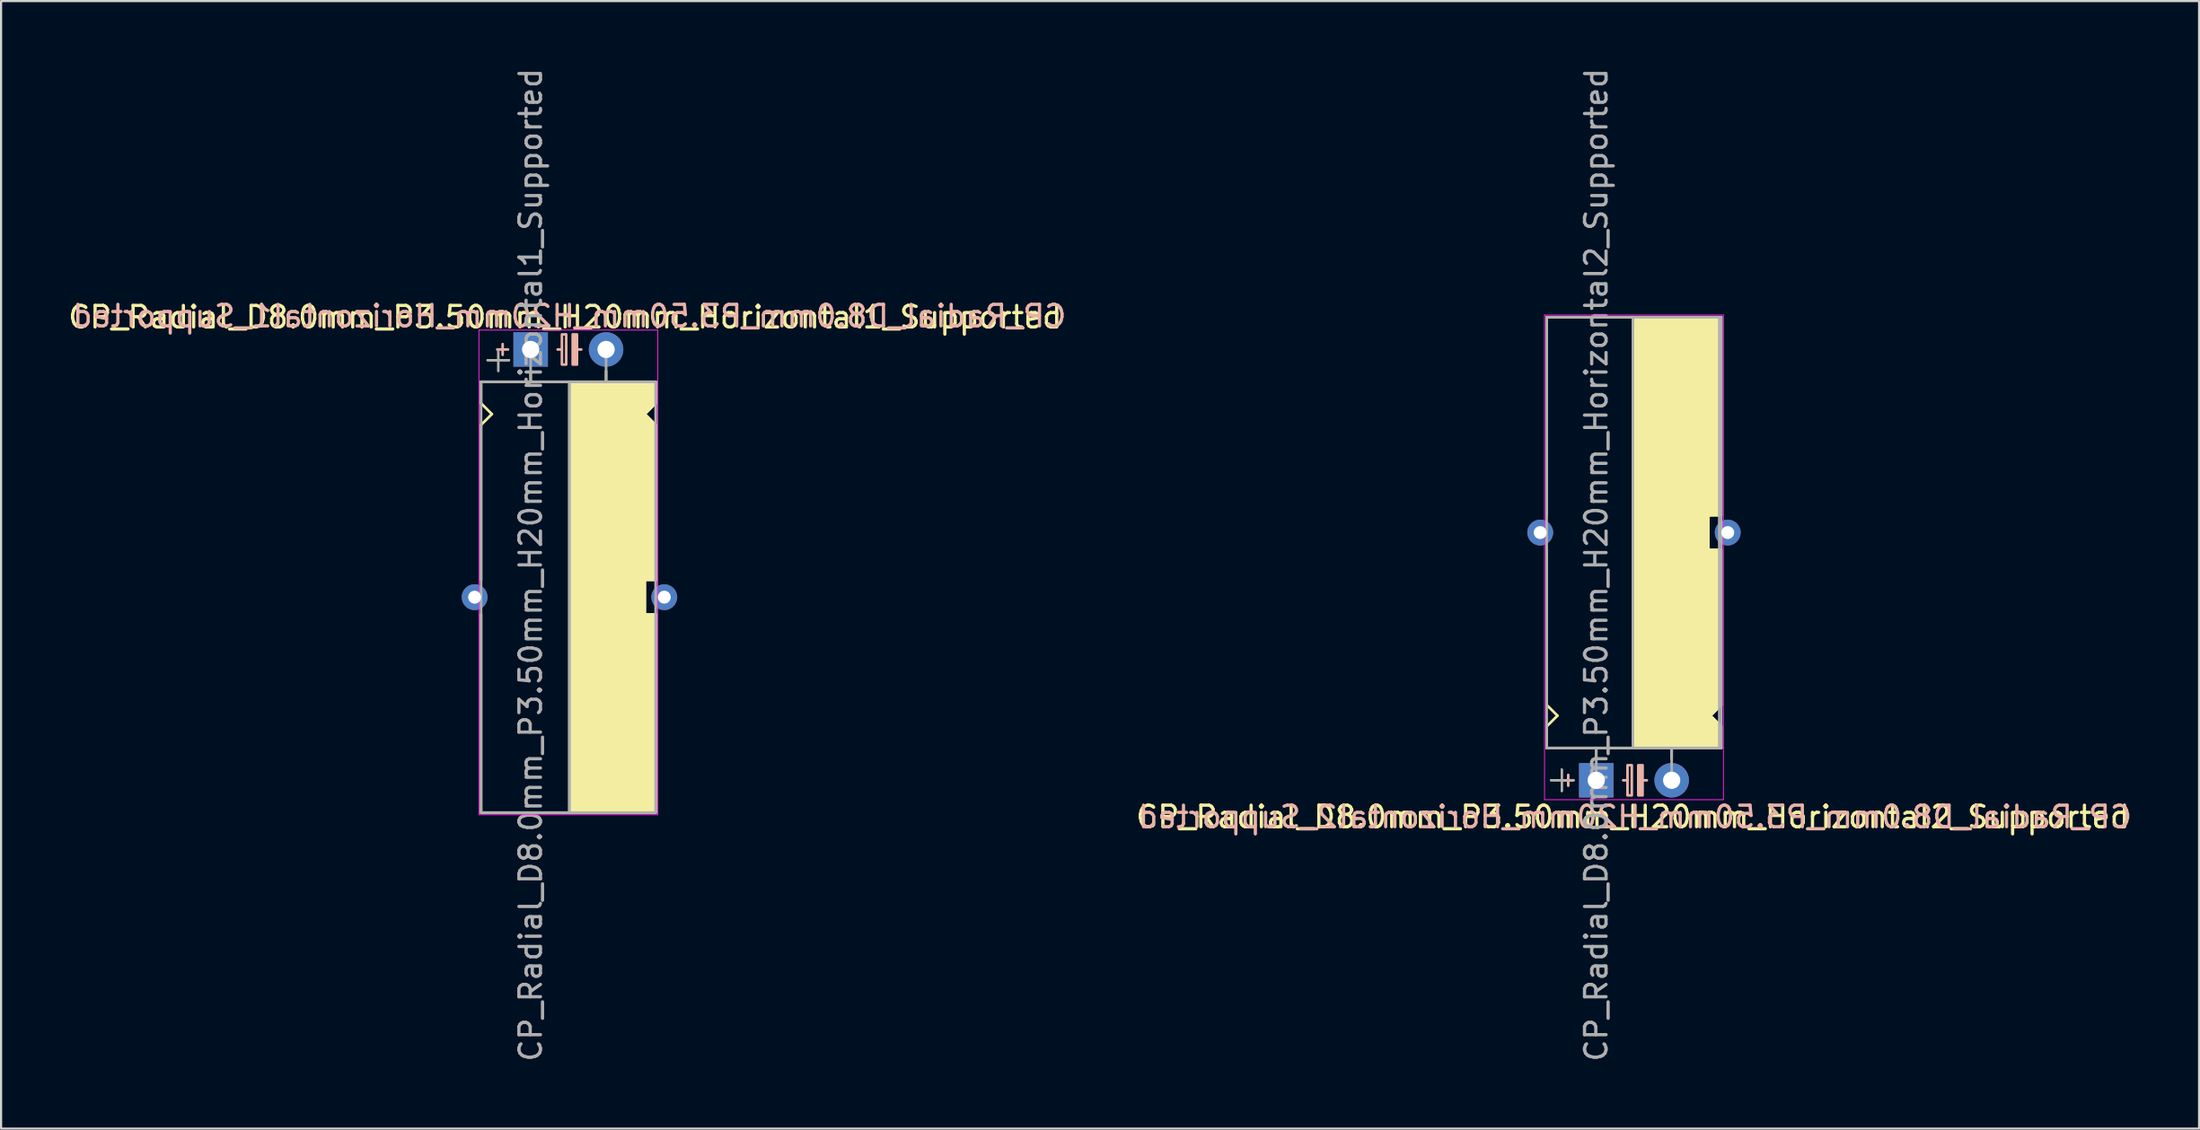
<source format=kicad_pcb>
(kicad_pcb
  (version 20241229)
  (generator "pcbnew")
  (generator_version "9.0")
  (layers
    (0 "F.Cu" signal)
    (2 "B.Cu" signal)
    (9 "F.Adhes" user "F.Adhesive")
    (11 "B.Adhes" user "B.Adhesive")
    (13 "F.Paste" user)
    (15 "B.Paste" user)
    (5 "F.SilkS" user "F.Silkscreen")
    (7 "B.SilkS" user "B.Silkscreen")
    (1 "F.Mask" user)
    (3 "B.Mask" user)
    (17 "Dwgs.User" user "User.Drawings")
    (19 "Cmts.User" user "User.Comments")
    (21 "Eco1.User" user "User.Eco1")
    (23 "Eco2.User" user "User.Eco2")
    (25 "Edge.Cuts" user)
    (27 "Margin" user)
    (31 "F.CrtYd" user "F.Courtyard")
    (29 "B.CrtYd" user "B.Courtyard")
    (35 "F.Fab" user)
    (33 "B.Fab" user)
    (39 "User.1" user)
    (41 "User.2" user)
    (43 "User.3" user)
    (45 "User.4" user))
  (footprint "CP_Radial_D8.0mm_P3.50mm_H20mm_Horizontal2_Supported"
    (layer "F.Cu")
    (at 71.018 33.173)
    (property "Reference" "CP_Radial_D8.0mm_P3.50mm_H20mm_Horizontal2_Supported" (at 1.7 1.7 0) (layer "F.SilkS") (effects (font (size 1 1) (thickness 0.15))))
    (fp_line (start -2.3 -21.5) (end -2.3 -12.3) (stroke (width 0.12) (type solid)) (layer "F.SilkS"))
    (fp_line (start -2.3 -21.5) (end -2.2 -21.5) (stroke (width 0.12) (type solid)) (layer "F.SilkS"))
    (fp_line (start -2.3 -3.5) (end -2.3 -10.7) (stroke (width 0.12) (type solid)) (layer "F.SilkS"))
    (fp_line (start -2.3 -3.5) (end -1.8 -3) (stroke (width 0.12) (type solid)) (layer "F.SilkS"))
    (fp_line (start -2.3 -2.5) (end -2.3 -1.5) (stroke (width 0.12) (type solid)) (layer "F.SilkS"))
    (fp_line (start -2.1 0) (end -1.1 0) (stroke (width 0.1) (type solid)) (layer "F.SilkS"))
    (fp_line (start -1.8 -3) (end -2.3 -2.5) (stroke (width 0.12) (type solid)) (layer "F.SilkS"))
    (fp_line (start -1.6 0.5) (end -1.6 -0.5) (stroke (width 0.1) (type solid)) (layer "F.SilkS"))
    (fp_line (start 0 -1) (end 0 -1.5) (stroke (width 0.12) (type solid)) (layer "F.SilkS"))
    (fp_line (start 1.7 -21.5) (end 1.7 -1.5) (stroke (width 0.12) (type solid)) (layer "F.SilkS"))
    (fp_line (start 3.5 -1) (end 3.5 -1.5) (stroke (width 0.12) (type solid)) (layer "F.SilkS"))
    (fp_line (start 5.2 -12.3) (end 5.2 -10.7) (stroke (width 0.12) (type solid)) (layer "F.SilkS"))
    (fp_line (start 5.2 -10.7) (end 5.8 -10.7) (stroke (width 0.12) (type solid)) (layer "F.SilkS"))
    (fp_line (start 5.3 -12.3) (end 5.2 -12.3) (stroke (width 0.12) (type solid)) (layer "F.SilkS"))
    (fp_line (start 5.3 -3) (end 5.8 -2.5) (stroke (width 0.12) (type solid)) (layer "F.SilkS"))
    (fp_line (start 5.8 -21.5) (end -2.2 -21.5) (stroke (width 0.12) (type solid)) (layer "F.SilkS"))
    (fp_line (start 5.8 -21.5) (end 5.8 -12.3) (stroke (width 0.12) (type solid)) (layer "F.SilkS"))
    (fp_line (start 5.8 -12.3) (end 5.3 -12.3) (stroke (width 0.12) (type solid)) (layer "F.SilkS"))
    (fp_line (start 5.8 -3.5) (end 5.3 -3) (stroke (width 0.12) (type solid)) (layer "F.SilkS"))
    (fp_line (start 5.8 -3.5) (end 5.8 -10.7) (stroke (width 0.12) (type solid)) (layer "F.SilkS"))
    (fp_line (start 5.8 -2.5) (end 5.8 -1.5) (stroke (width 0.12) (type solid)) (layer "F.SilkS"))
    (fp_line (start 5.8 -1.5) (end -2.3 -1.5) (stroke (width 0.12) (type solid)) (layer "F.SilkS"))
    (fp_poly (pts (xy 5.8 -12.3) (xy 5.2 -12.3) (xy 5.2 -10.7) (xy 5.8 -10.7) (xy 5.8 -3.5) (xy 5.3 -3) (xy 5.8 -2.5) (xy 5.8 -1.5) (xy 1.7 -1.5) (xy 1.7 -21.5) (xy 5.8 -21.5)) (stroke (width 0.1) (type solid)) (fill yes) (layer "F.SilkS"))
    (fp_line (start -1.3 -0.25) (end -1.3 0.25) (stroke (width 0.12) (type solid)) (layer "B.SilkS"))
    (fp_line (start -1.05 0) (end -1.55 0) (stroke (width 0.12) (type solid)) (layer "B.SilkS"))
    (fp_line (start 1.45 0) (end 1.25 0) (stroke (width 0.12) (type solid)) (layer "B.SilkS"))
    (fp_line (start 2.15 0) (end 2.35 0) (stroke (width 0.12) (type solid)) (layer "B.SilkS"))
    (fp_rect (start 1.65 -0.7) (end 1.45 0.7) (stroke (width 0.12) (type solid)) (fill no) (layer "B.SilkS"))
    (fp_rect (start 2.15 -0.7) (end 1.95 0.7) (stroke (width 0.12) (type solid)) (fill yes) (layer "B.SilkS"))
    (fp_line (start -2.4 -21.6) (end 5.9 -21.6) (stroke (width 0.04) (type solid)) (layer "F.CrtYd"))
    (fp_line (start -2.4 0.9) (end -2.4 -21.6) (stroke (width 0.04) (type solid)) (layer "F.CrtYd"))
    (fp_line (start -2.4 0.9) (end 5.9 0.9) (stroke (width 0.04) (type solid)) (layer "F.CrtYd"))
    (fp_line (start 5.9 -21.6) (end 5.9 -1.5) (stroke (width 0.04) (type solid)) (layer "F.CrtYd"))
    (fp_line (start 5.9 -1.5) (end 5.9 0.9) (stroke (width 0.04) (type solid)) (layer "F.CrtYd"))
    (fp_line (start -2.3 -21.5) (end 5.8 -21.5) (stroke (width 0.12) (type solid)) (layer "F.Fab"))
    (fp_line (start -2.3 -1.5) (end -2.3 -21.5) (stroke (width 0.12) (type solid)) (layer "F.Fab"))
    (fp_line (start -2.1 0) (end -1.1 0) (stroke (width 0.1) (type solid)) (layer "F.Fab"))
    (fp_line (start -1.6 0.5) (end -1.6 -0.5) (stroke (width 0.1) (type solid)) (layer "F.Fab"))
    (fp_line (start 0 -1.5) (end 0 0) (stroke (width 0.12) (type solid)) (layer "F.Fab"))
    (fp_line (start 1.7 -1.5) (end 1.7 -21.5) (stroke (width 0.12) (type solid)) (layer "F.Fab"))
    (fp_line (start 3.5 -1.5) (end 3.5 0) (stroke (width 0.12) (type solid)) (layer "F.Fab"))
    (fp_line (start 5.8 -21.5) (end 5.8 -1.5) (stroke (width 0.12) (type solid)) (layer "F.Fab"))
    (fp_line (start 5.8 -1.5) (end -2.3 -1.5) (stroke (width 0.12) (type solid)) (layer "F.Fab"))
    (fp_poly (pts (xy 1.7 -21.5) (xy 5.7 -21.5) (xy 5.7 -1.5) (xy 1.7 -1.5)) (stroke (width 0.1) (type solid)) (fill no) (layer "F.Fab"))
    (fp_text user "${REFERENCE}" (at 1.8 1.7 0) (layer "B.SilkS") (effects (font (size 1 1) (thickness 0.15)) (justify mirror)))
    (fp_text user "${REFERENCE}" (at 0 -10 90) (layer "F.Fab") (effects (font (size 1 1) (thickness 0.15))))
    (pad "1" thru_hole rect (at 0 0) (size 1.6 1.6) (drill 0.8) (layers "*.Cu" "*.Mask"))
    (pad "2" thru_hole circle (at 3.5 0) (size 1.6 1.6) (drill 0.8) (layers "*.Cu" "*.Mask"))
    (pad "~" thru_hole circle (at -2.6 -11.5 180) (size 1.2 1.2) (drill 0.6) (layers "*.Cu" "*.Mask"))
    (pad "~" thru_hole circle (at 6.1 -11.5 180) (size 1.2 1.2) (drill 0.6) (layers "*.Cu" "*.Mask")))
  (footprint "CP_Radial_D8.0mm_P3.50mm_H20mm_Horizontal1_Supported"
    (layer "F.Cu")
    (at 21.573 13.173)
    (property "Reference" "CP_Radial_D8.0mm_P3.50mm_H20mm_Horizontal1_Supported" (at 1.6 -1.5 0) (layer "F.SilkS") (effects (font (size 1 1) (thickness 0.15))))
    (fp_line (start -2.3 1.5) (end -2.3 2.5) (stroke (width 0.12) (type solid)) (layer "F.SilkS"))
    (fp_line (start -2.3 1.5) (end 5.8 1.5) (stroke (width 0.12) (type solid)) (layer "F.SilkS"))
    (fp_line (start -2.3 2.5) (end -1.8 3) (stroke (width 0.12) (type solid)) (layer "F.SilkS"))
    (fp_line (start -2.3 10.7) (end -2.3 3.5) (stroke (width 0.12) (type solid)) (layer "F.SilkS"))
    (fp_line (start -2.3 12.3) (end -2.3 21.5) (stroke (width 0.12) (type solid)) (layer "F.SilkS"))
    (fp_line (start -2.3 21.5) (end 5.7 21.5) (stroke (width 0.12) (type solid)) (layer "F.SilkS"))
    (fp_line (start -2 0.5) (end -1 0.5) (stroke (width 0.1) (type solid)) (layer "F.SilkS"))
    (fp_line (start -1.8 3) (end -2.3 3.5) (stroke (width 0.12) (type solid)) (layer "F.SilkS"))
    (fp_line (start -1.5 1) (end -1.5 0) (stroke (width 0.1) (type solid)) (layer "F.SilkS"))
    (fp_line (start 0 1) (end 0 1.5) (stroke (width 0.12) (type solid)) (layer "F.SilkS"))
    (fp_line (start 1.8 21.5) (end 1.8 1.5) (stroke (width 0.12) (type solid)) (layer "F.SilkS"))
    (fp_line (start 3.5 1) (end 3.5 1.5) (stroke (width 0.12) (type solid)) (layer "F.SilkS"))
    (fp_line (start 5.3 3) (end 5.8 2.5) (stroke (width 0.12) (type solid)) (layer "F.SilkS"))
    (fp_line (start 5.3 10.7) (end 5.3 12.3) (stroke (width 0.12) (type solid)) (layer "F.SilkS"))
    (fp_line (start 5.3 12.3) (end 5.8 12.3) (stroke (width 0.12) (type solid)) (layer "F.SilkS"))
    (fp_line (start 5.8 2.5) (end 5.8 1.5) (stroke (width 0.12) (type solid)) (layer "F.SilkS"))
    (fp_line (start 5.8 3.5) (end 5.3 3) (stroke (width 0.12) (type solid)) (layer "F.SilkS"))
    (fp_line (start 5.8 10.7) (end 5.3 10.7) (stroke (width 0.12) (type solid)) (layer "F.SilkS"))
    (fp_line (start 5.8 10.7) (end 5.8 3.5) (stroke (width 0.12) (type solid)) (layer "F.SilkS"))
    (fp_line (start 5.8 12.3) (end 5.8 21.5) (stroke (width 0.12) (type solid)) (layer "F.SilkS"))
    (fp_line (start 5.8 21.5) (end 5.7 21.5) (stroke (width 0.12) (type solid)) (layer "F.SilkS"))
    (fp_poly (pts (xy 5.8 2.5) (xy 5.3 3) (xy 5.8 3.5) (xy 5.8 10.7) (xy 5.3 10.7) (xy 5.3 12.3) (xy 5.8 12.3) (xy 5.8 21.5) (xy 1.8 21.5) (xy 1.8 1.5) (xy 5.8 1.5)) (stroke (width 0.1) (type solid)) (fill yes) (layer "F.SilkS"))
    (fp_line (start -1.3 -0.25) (end -1.3 0.25) (stroke (width 0.12) (type solid)) (layer "B.SilkS"))
    (fp_line (start -1.05 0) (end -1.55 0) (stroke (width 0.12) (type solid)) (layer "B.SilkS"))
    (fp_line (start 1.45 0) (end 1.25 0) (stroke (width 0.12) (type solid)) (layer "B.SilkS"))
    (fp_line (start 2.15 0) (end 2.35 0) (stroke (width 0.12) (type solid)) (layer "B.SilkS"))
    (fp_rect (start 1.65 -0.7) (end 1.45 0.7) (stroke (width 0.12) (type solid)) (fill no) (layer "B.SilkS"))
    (fp_rect (start 2.15 -0.7) (end 1.95 0.7) (stroke (width 0.12) (type solid)) (fill yes) (layer "B.SilkS"))
    (fp_line (start -2.4 -0.9) (end 5.9 -0.9) (stroke (width 0.04) (type solid)) (layer "F.CrtYd"))
    (fp_line (start -2.4 1.5) (end -2.4 -0.9) (stroke (width 0.04) (type solid)) (layer "F.CrtYd"))
    (fp_line (start -2.4 21.6) (end -2.4 1.5) (stroke (width 0.04) (type solid)) (layer "F.CrtYd"))
    (fp_line (start 5.9 -0.9) (end 5.9 21.6) (stroke (width 0.04) (type solid)) (layer "F.CrtYd"))
    (fp_line (start 5.9 21.6) (end -2.4 21.6) (stroke (width 0.04) (type solid)) (layer "F.CrtYd"))
    (fp_line (start -2.3 1.5) (end 5.8 1.5) (stroke (width 0.12) (type solid)) (layer "F.Fab"))
    (fp_line (start -2.3 21.5) (end -2.3 1.5) (stroke (width 0.12) (type solid)) (layer "F.Fab"))
    (fp_line (start -2 0.5) (end -1 0.5) (stroke (width 0.1) (type solid)) (layer "F.Fab"))
    (fp_line (start -1.5 1) (end -1.5 0) (stroke (width 0.1) (type solid)) (layer "F.Fab"))
    (fp_line (start 0 1.5) (end 0 0) (stroke (width 0.12) (type solid)) (layer "F.Fab"))
    (fp_line (start 1.8 1.5) (end 1.8 21.5) (stroke (width 0.12) (type solid)) (layer "F.Fab"))
    (fp_line (start 3.5 1.5) (end 3.5 0) (stroke (width 0.12) (type solid)) (layer "F.Fab"))
    (fp_line (start 5.8 1.5) (end 5.8 21.5) (stroke (width 0.12) (type solid)) (layer "F.Fab"))
    (fp_line (start 5.8 21.5) (end -2.3 21.5) (stroke (width 0.12) (type solid)) (layer "F.Fab"))
    (fp_poly (pts (xy 5.8 21.5) (xy 1.8 21.5) (xy 1.8 1.5) (xy 5.8 1.5)) (stroke (width 0.1) (type solid)) (fill no) (layer "F.Fab"))
    (fp_text user "${REFERENCE}" (at 1.8 -1.55 0) (layer "B.SilkS") (effects (font (size 1 1) (thickness 0.15)) (justify mirror)))
    (fp_text user "${REFERENCE}" (at 0 10 90) (layer "F.Fab") (effects (font (size 1 1) (thickness 0.15))))
    (pad "1" thru_hole rect (at 0 0) (size 1.6 1.6) (drill 0.8) (layers "*.Cu" "*.Mask"))
    (pad "2" thru_hole circle (at 3.5 0) (size 1.6 1.6) (drill 0.8) (layers "*.Cu" "*.Mask"))
    (pad "~" thru_hole circle (at -2.6 11.5) (size 1.2 1.2) (drill 0.6) (layers "*.Cu" "*.Mask"))
    (pad "~" thru_hole circle (at 6.2 11.5) (size 1.2 1.2) (drill 0.6) (layers "*.Cu" "*.Mask")))
  (gr_rect
    (start -3 -3)
    (end 98.99 49.345)
    (stroke (width 0.1) (type default))
    (fill no)
    (layer "Edge.Cuts")))
</source>
